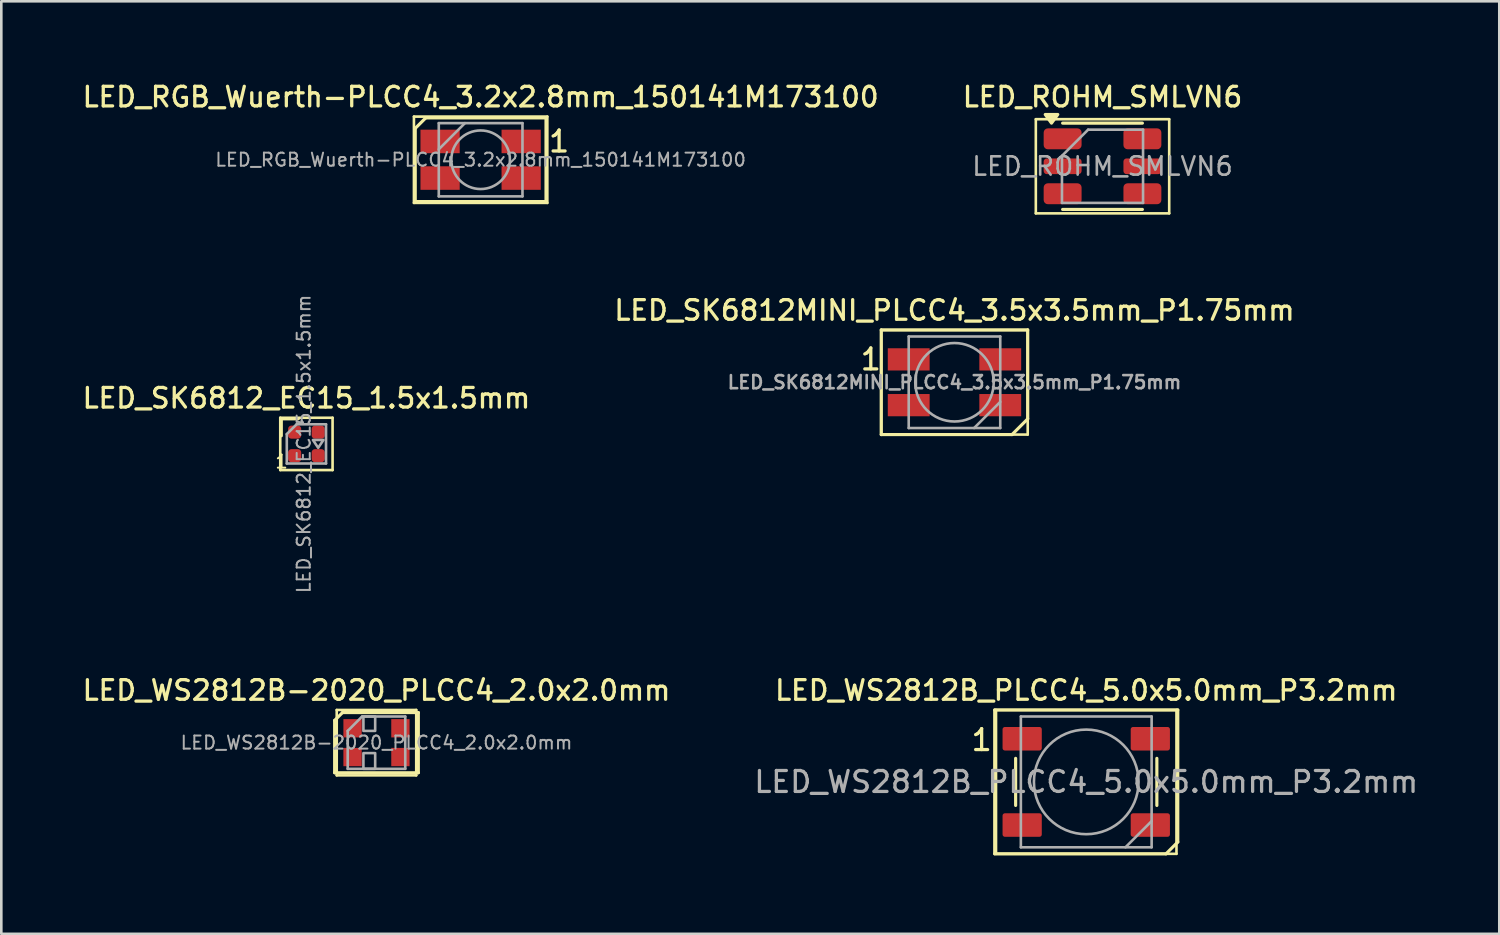
<source format=kicad_pcb>
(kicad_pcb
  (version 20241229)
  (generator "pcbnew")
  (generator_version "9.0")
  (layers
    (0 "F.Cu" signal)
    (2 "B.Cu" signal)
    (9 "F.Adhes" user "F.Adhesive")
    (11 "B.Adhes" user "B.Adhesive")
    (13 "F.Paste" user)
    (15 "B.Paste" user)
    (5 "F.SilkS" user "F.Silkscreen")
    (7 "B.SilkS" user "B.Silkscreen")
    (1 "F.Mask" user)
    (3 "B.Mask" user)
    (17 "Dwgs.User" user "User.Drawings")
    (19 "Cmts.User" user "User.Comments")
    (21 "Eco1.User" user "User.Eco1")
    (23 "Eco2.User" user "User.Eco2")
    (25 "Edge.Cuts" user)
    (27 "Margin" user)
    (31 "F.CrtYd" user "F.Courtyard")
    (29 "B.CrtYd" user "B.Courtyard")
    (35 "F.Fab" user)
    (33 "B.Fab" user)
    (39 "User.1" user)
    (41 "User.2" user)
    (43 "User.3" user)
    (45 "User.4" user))
  (footprint "LED_SK6812_EC15_1.5x1.5mm"
    (layer "F.Cu")
    (at 8.666 13.923)
    (property "Reference" "LED_SK6812_EC15_1.5x1.5mm" (at 0 -1.75 0) (layer "F.SilkS") (effects (font (size 0.75 0.75) (thickness 0.125))))
    (attr smd)
    (fp_line (start -1 -1) (end 1 -1) (stroke (width 0.1) (type solid)) (layer "F.SilkS"))
    (fp_line (start -1 1) (end -1 -1) (stroke (width 0.1) (type solid)) (layer "F.SilkS"))
    (fp_line (start -0.96 -0.96) (end -0.96 -0.31) (stroke (width 0.12) (type solid)) (layer "F.SilkS"))
    (fp_line (start -0.31 -0.96) (end -0.96 -0.96) (stroke (width 0.12) (type solid)) (layer "F.SilkS"))
    (fp_line (start 1 -1) (end 1 1) (stroke (width 0.1) (type solid)) (layer "F.SilkS"))
    (fp_line (start 1 1) (end -1 1) (stroke (width 0.1) (type solid)) (layer "F.SilkS"))
    (fp_line (start -0.75 -0.375) (end -0.375 -0.75) (stroke (width 0.1) (type solid)) (layer "F.Fab"))
    (fp_line (start -0.75 0.75) (end -0.75 -0.375) (stroke (width 0.1) (type solid)) (layer "F.Fab"))
    (fp_line (start -0.375 -0.75) (end 0.75 -0.75) (stroke (width 0.1) (type solid)) (layer "F.Fab"))
    (fp_line (start 0.75 -0.75) (end 0.75 0.75) (stroke (width 0.1) (type solid)) (layer "F.Fab"))
    (fp_line (start 0.75 0.75) (end -0.75 0.75) (stroke (width 0.1) (type solid)) (layer "F.Fab"))
    (fp_poly (pts (xy 0.25 -0.15) (xy 0.45 0.15) (xy 0.65 -0.15)) (stroke (width 0.1) (type solid)) (fill no) (layer "F.Fab"))
    (fp_text user "1" (at -0.95 0.68 0) (unlocked yes) (layer "F.SilkS") (effects (font (size 0.5 0.5) (thickness 0.075))))
    (fp_text user "${REFERENCE}" (at -0.1 0 90) (layer "F.Fab") (effects (font (size 0.5 0.5) (thickness 0.075))))
    (pad "1" smd roundrect (at -0.45 0.45 90) (size 0.5 0.5) (layers "F.Cu" "F.Mask" "F.Paste") (roundrect_rratio 0.25))
    (pad "2" smd roundrect (at 0.45 0.45 90) (size 0.5 0.5) (layers "F.Cu" "F.Mask" "F.Paste") (roundrect_rratio 0.25))
    (pad "3" smd roundrect (at 0.45 -0.45 90) (size 0.5 0.5) (layers "F.Cu" "F.Mask" "F.Paste") (roundrect_rratio 0.25))
    (pad "4" smd roundrect (at -0.45 -0.45 90) (size 0.5 0.5) (layers "F.Cu" "F.Mask" "F.Paste") (roundrect_rratio 0.25)))
  (footprint "LED_RGB_Wuerth-PLCC4_3.2x2.8mm_150141M173100"
    (layer "F.Cu")
    (at 15.327 3.058)
    (property "Reference" "LED_RGB_Wuerth-PLCC4_3.2x2.8mm_150141M173100" (at 0 -2.4 0) (layer "F.SilkS") (effects (font (size 0.75 0.75) (thickness 0.125))))
    (attr smd)
    (fp_line (start -2.55 -1.65) (end -2.55 1.65) (stroke (width 0.1) (type solid)) (layer "F.SilkS"))
    (fp_line (start -2.55 1.65) (end 2.55 1.65) (stroke (width 0.1) (type solid)) (layer "F.SilkS"))
    (fp_line (start -2.5 -1.2) (end -2.1 -1.6) (stroke (width 0.12) (type default)) (layer "F.SilkS"))
    (fp_line (start -2.5 1.6) (end -2.5 -1.2) (stroke (width 0.12) (type solid)) (layer "F.SilkS"))
    (fp_line (start -2.5 1.6) (end 2.5 1.6) (stroke (width 0.12) (type solid)) (layer "F.SilkS"))
    (fp_line (start -2.1 -1.6) (end 2.5 -1.6) (stroke (width 0.12) (type solid)) (layer "F.SilkS"))
    (fp_line (start 2.5 1.6) (end 2.5 -1.6) (stroke (width 0.12) (type solid)) (layer "F.SilkS"))
    (fp_line (start 2.55 -1.65) (end -2.55 -1.65) (stroke (width 0.1) (type solid)) (layer "F.SilkS"))
    (fp_line (start 2.55 1.65) (end 2.55 -1.65) (stroke (width 0.1) (type solid)) (layer "F.SilkS"))
    (fp_line (start -1.6 -1.4) (end -1.6 1.4) (stroke (width 0.1) (type solid)) (layer "F.Fab"))
    (fp_line (start -1.6 1.4) (end 1.6 1.4) (stroke (width 0.1) (type solid)) (layer "F.Fab"))
    (fp_line (start -0.6 -1.4) (end -1.6 -0.4) (stroke (width 0.1) (type solid)) (layer "F.Fab"))
    (fp_line (start 1.6 -1.4) (end -1.6 -1.4) (stroke (width 0.1) (type solid)) (layer "F.Fab"))
    (fp_line (start 1.6 1.4) (end 1.6 -1.4) (stroke (width 0.1) (type solid)) (layer "F.Fab"))
    (fp_circle (center 0 0) (end 1.12 0) (stroke (width 0.1) (type solid)) (fill no) (layer "F.Fab"))
    (fp_text user "1" (at 3 -0.7 0) (unlocked yes) (layer "F.SilkS") (effects (font (size 0.8 0.8) (thickness 0.125))))
    (fp_text user "${REFERENCE}" (at 0 0 0) (layer "F.Fab") (effects (font (size 0.5 0.5) (thickness 0.075))))
    (pad "1" smd rect (at 1.55 -0.7) (size 1.5 0.9) (layers "F.Cu" "F.Mask" "F.Paste"))
    (pad "2" smd rect (at 1.55 0.7) (size 1.5 0.9) (layers "F.Cu" "F.Mask" "F.Paste"))
    (pad "3" smd rect (at -1.55 -0.7) (size 1.5 0.9) (layers "F.Cu" "F.Mask" "F.Paste"))
    (pad "4" smd rect (at -1.55 0.7) (size 1.5 0.9) (layers "F.Cu" "F.Mask" "F.Paste")))
  (footprint "LED_ROHM_SMLVN6"
    (layer "F.Cu")
    (at 39.105 3.308)
    (property "Reference" "LED_ROHM_SMLVN6" (at 0 -2.65 0) (layer "F.SilkS") (effects (font (size 0.75 0.75) (thickness 0.125))))
    (attr smd)
    (fp_line (start -2.55 -1.8) (end -2.55 1.8) (stroke (width 0.1) (type solid)) (layer "F.SilkS"))
    (fp_line (start -2.55 1.8) (end 2.55 1.8) (stroke (width 0.1) (type solid)) (layer "F.SilkS"))
    (fp_line (start -1.525 1.65) (end 1.525 1.65) (stroke (width 0.12) (type solid)) (layer "F.SilkS"))
    (fp_line (start 1.525 -1.65) (end -1.525 -1.65) (stroke (width 0.12) (type solid)) (layer "F.SilkS"))
    (fp_line (start 2.55 -1.8) (end -2.55 -1.8) (stroke (width 0.1) (type solid)) (layer "F.SilkS"))
    (fp_line (start 2.55 1.8) (end 2.55 -1.8) (stroke (width 0.1) (type solid)) (layer "F.SilkS"))
    (fp_poly (pts (xy -1.95 -1.65) (xy -2.19 -1.98) (xy -1.71 -1.98) (xy -1.95 -1.65)) (stroke (width 0.12) (type solid)) (fill yes) (layer "F.SilkS"))
    (fp_line (start -1.55 -0.4) (end -0.55 -1.4) (stroke (width 0.1) (type solid)) (layer "F.Fab"))
    (fp_line (start -1.55 1.4) (end -1.55 -0.4) (stroke (width 0.1) (type solid)) (layer "F.Fab"))
    (fp_line (start -0.55 -1.4) (end 1.55 -1.4) (stroke (width 0.1) (type solid)) (layer "F.Fab"))
    (fp_line (start 1.55 -1.4) (end 1.55 1.4) (stroke (width 0.1) (type solid)) (layer "F.Fab"))
    (fp_line (start 1.55 1.4) (end -1.55 1.4) (stroke (width 0.1) (type solid)) (layer "F.Fab"))
    (fp_text user "${REFERENCE}" (at 0 0 0) (layer "F.Fab") (effects (font (size 0.7 0.7) (thickness 0.1))))
    (pad "1" smd roundrect (at -1.525 -1.05) (size 1.45 0.8) (layers "F.Cu" "F.Mask" "F.Paste") (roundrect_rratio 0.2))
    (pad "2" smd roundrect (at -1.525 0) (size 1.45 0.6) (layers "F.Cu" "F.Mask" "F.Paste") (roundrect_rratio 0.2))
    (pad "3" smd roundrect (at -1.525 1.05) (size 1.45 0.8) (layers "F.Cu" "F.Mask" "F.Paste") (roundrect_rratio 0.2))
    (pad "4" smd roundrect (at 1.525 1.05) (size 1.45 0.8) (layers "F.Cu" "F.Mask" "F.Paste") (roundrect_rratio 0.2))
    (pad "5" smd roundrect (at 1.525 0) (size 1.45 0.6) (layers "F.Cu" "F.Mask" "F.Paste") (roundrect_rratio 0.2))
    (pad "6" smd roundrect (at 1.525 -1.05) (size 1.45 0.8) (layers "F.Cu" "F.Mask" "F.Paste") (roundrect_rratio 0.2)))
  (footprint "LED_SK6812MINI_PLCC4_3.5x3.5mm_P1.75mm"
    (layer "F.Cu")
    (at 33.445 11.566)
    (property "Reference" "LED_SK6812MINI_PLCC4_3.5x3.5mm_P1.75mm" (at 0 -2.75 0) (layer "F.SilkS") (effects (font (size 0.75 0.75) (thickness 0.125))))
    (attr smd)
    (fp_line (start -2.8 -2) (end -2.8 2) (stroke (width 0.1) (type solid)) (layer "F.SilkS"))
    (fp_line (start -2.8 -2) (end -2.8 2) (stroke (width 0.12) (type default)) (layer "F.SilkS"))
    (fp_line (start -2.8 -2) (end 2.8 -2) (stroke (width 0.12) (type solid)) (layer "F.SilkS"))
    (fp_line (start -2.8 2) (end 2.2 2) (stroke (width 0.12) (type solid)) (layer "F.SilkS"))
    (fp_line (start -2.8 2) (end 2.8 2) (stroke (width 0.1) (type solid)) (layer "F.SilkS"))
    (fp_line (start 2.8 -2) (end -2.8 -2) (stroke (width 0.1) (type solid)) (layer "F.SilkS"))
    (fp_line (start 2.8 1.4) (end 2.2 2) (stroke (width 0.12) (type default)) (layer "F.SilkS"))
    (fp_line (start 2.8 1.4) (end 2.8 -2) (stroke (width 0.12) (type solid)) (layer "F.SilkS"))
    (fp_line (start 2.8 2) (end 2.8 -2) (stroke (width 0.1) (type solid)) (layer "F.SilkS"))
    (fp_line (start -1.75 -1.75) (end -1.75 1.75) (stroke (width 0.1) (type solid)) (layer "F.Fab"))
    (fp_line (start -1.75 1.75) (end 1.75 1.75) (stroke (width 0.1) (type solid)) (layer "F.Fab"))
    (fp_line (start 1.75 -1.75) (end -1.75 -1.75) (stroke (width 0.1) (type solid)) (layer "F.Fab"))
    (fp_line (start 1.75 0.75) (end 0.75 1.75) (stroke (width 0.1) (type solid)) (layer "F.Fab"))
    (fp_line (start 1.75 1.75) (end 1.75 -1.75) (stroke (width 0.1) (type solid)) (layer "F.Fab"))
    (fp_circle (center 0 0) (end 0 -1.5) (stroke (width 0.1) (type solid)) (fill no) (layer "F.Fab"))
    (fp_text user "1" (at -3.2 -0.875 0) (unlocked yes) (layer "F.SilkS") (effects (font (size 0.8 0.8) (thickness 0.125))))
    (fp_text user "${REFERENCE}" (at 0 0 0) (layer "F.Fab") (effects (font (size 0.5 0.5) (thickness 0.1))))
    (pad "1" smd rect (at -1.75 -0.875) (size 1.6 0.85) (layers "F.Cu" "F.Mask" "F.Paste"))
    (pad "2" smd rect (at -1.75 0.875) (size 1.6 0.85) (layers "F.Cu" "F.Mask" "F.Paste"))
    (pad "3" smd rect (at 1.75 0.875) (size 1.6 0.85) (layers "F.Cu" "F.Mask" "F.Paste"))
    (pad "4" smd rect (at 1.75 -0.875) (size 1.6 0.85) (layers "F.Cu" "F.Mask" "F.Paste")))
  (footprint "LED_WS2812B_PLCC4_5.0x5.0mm_P3.2mm"
    (layer "F.Cu")
    (at 38.483 26.846)
    (property "Reference" "LED_WS2812B_PLCC4_5.0x5.0mm_P3.2mm" (at 0 -3.5 0) (layer "F.SilkS") (effects (font (size 0.75 0.75) (thickness 0.125))))
    (attr smd)
    (fp_line (start -3.5 -2.75) (end -3.5 2.75) (stroke (width 0.12) (type default)) (layer "F.SilkS"))
    (fp_line (start -3.5 -2.75) (end 3.5 -2.75) (stroke (width 0.12) (type solid)) (layer "F.SilkS"))
    (fp_line (start -3.5 2.75) (end 3.05 2.75) (stroke (width 0.12) (type solid)) (layer "F.SilkS"))
    (fp_line (start -3.45 -2.75) (end -3.45 2.75) (stroke (width 0.1) (type solid)) (layer "F.SilkS"))
    (fp_line (start -3.45 2.75) (end 3.45 2.75) (stroke (width 0.1) (type solid)) (layer "F.SilkS"))
    (fp_line (start -2.7 0.9) (end -2.7 -0.9) (stroke (width 0.12) (type default)) (layer "F.SilkS"))
    (fp_line (start 2.7 0.9) (end 2.7 -0.9) (stroke (width 0.12) (type default)) (layer "F.SilkS"))
    (fp_line (start 3.05 2.75) (end 3.5 2.3) (stroke (width 0.12) (type default)) (layer "F.SilkS"))
    (fp_line (start 3.45 -2.75) (end -3.45 -2.75) (stroke (width 0.1) (type solid)) (layer "F.SilkS"))
    (fp_line (start 3.45 2.75) (end 3.45 -2.75) (stroke (width 0.1) (type solid)) (layer "F.SilkS"))
    (fp_line (start 3.5 2.3) (end 3.5 -2.75) (stroke (width 0.12) (type default)) (layer "F.SilkS"))
    (fp_line (start -2.5 -2.5) (end -2.5 2.5) (stroke (width 0.1) (type solid)) (layer "F.Fab"))
    (fp_line (start -2.5 2.5) (end 2.5 2.5) (stroke (width 0.1) (type solid)) (layer "F.Fab"))
    (fp_line (start 2.5 -2.5) (end -2.5 -2.5) (stroke (width 0.1) (type solid)) (layer "F.Fab"))
    (fp_line (start 2.5 1.5) (end 1.5 2.5) (stroke (width 0.1) (type solid)) (layer "F.Fab"))
    (fp_line (start 2.5 2.5) (end 2.5 -2.5) (stroke (width 0.1) (type solid)) (layer "F.Fab"))
    (fp_circle (center 0 0) (end 0 -2) (stroke (width 0.1) (type solid)) (fill no) (layer "F.Fab"))
    (fp_text user "1" (at -4 -1.6 0) (unlocked yes) (layer "F.SilkS") (effects (font (size 0.8 0.8) (thickness 0.125))))
    (fp_text user "${REFERENCE}" (at 0 0 0) (layer "F.Fab") (effects (font (size 0.8 0.8) (thickness 0.125))))
    (pad "1" smd roundrect (at -2.45 -1.65) (size 1.5 0.9) (layers "F.Cu" "F.Mask" "F.Paste") (roundrect_rratio 0.1))
    (pad "2" smd roundrect (at -2.45 1.65) (size 1.5 0.9) (layers "F.Cu" "F.Mask" "F.Paste") (roundrect_rratio 0.1))
    (pad "3" smd roundrect (at 2.45 1.65) (size 1.5 0.9) (layers "F.Cu" "F.Mask" "F.Paste") (roundrect_rratio 0.1))
    (pad "4" smd roundrect (at 2.45 -1.65) (size 1.5 0.9) (layers "F.Cu" "F.Mask" "F.Paste") (roundrect_rratio 0.1)))
  (footprint "LED_WS2812B-2020_PLCC4_2.0x2.0mm"
    (layer "F.Cu")
    (at 11.345 25.346)
    (property "Reference" "LED_WS2812B-2020_PLCC4_2.0x2.0mm" (at 0 -2 0) (layer "F.SilkS") (effects (font (size 0.75 0.75) (thickness 0.125))))
    (attr smd)
    (fp_line (start -1.6 1.15) (end -1.6 -0.85) (stroke (width 0.12) (type solid)) (layer "F.SilkS"))
    (fp_line (start -1.6 1.15) (end 1.6 1.15) (stroke (width 0.12) (type solid)) (layer "F.SilkS"))
    (fp_line (start -1.52 -1.25) (end -1.52 1.25) (stroke (width 0.1) (type solid)) (layer "F.SilkS"))
    (fp_line (start -1.52 1.25) (end 1.52 1.25) (stroke (width 0.1) (type solid)) (layer "F.SilkS"))
    (fp_line (start -1.3 -1.15) (end -1.6 -0.85) (stroke (width 0.12) (type default)) (layer "F.SilkS"))
    (fp_line (start -1.3 -1.15) (end 1.6 -1.15) (stroke (width 0.12) (type solid)) (layer "F.SilkS"))
    (fp_line (start 1.52 -1.25) (end -1.52 -1.25) (stroke (width 0.1) (type solid)) (layer "F.SilkS"))
    (fp_line (start 1.52 1.25) (end 1.52 -1.25) (stroke (width 0.1) (type solid)) (layer "F.SilkS"))
    (fp_line (start 1.6 -1.15) (end 1.6 1.15) (stroke (width 0.12) (type solid)) (layer "F.SilkS"))
    (fp_line (start -1.1 -0.45) (end -1.1 1) (stroke (width 0.1) (type solid)) (layer "F.Fab"))
    (fp_line (start -1.1 1) (end 1.1 1) (stroke (width 0.1) (type solid)) (layer "F.Fab"))
    (fp_line (start -0.55 -1) (end -1.1 -0.45) (stroke (width 0.1) (type solid)) (layer "F.Fab"))
    (fp_line (start 1.1 -1) (end -0.55 -1) (stroke (width 0.1) (type solid)) (layer "F.Fab"))
    (fp_line (start 1.1 -1) (end 1.1 1) (stroke (width 0.1) (type solid)) (layer "F.Fab"))
    (fp_rect (start -0.5 -1) (end -0.05 -0.45) (stroke (width 0.1) (type solid)) (fill no) (layer "F.Fab"))
    (fp_rect (start -0.5 0.4) (end -0.05 1) (stroke (width 0.1) (type solid)) (fill no) (layer "F.Fab"))
    (fp_text user "${REFERENCE}" (at 0 0 0) (layer "F.Fab") (effects (font (size 0.5 0.5) (thickness 0.075))))
    (pad "1" smd rect (at -0.915 -0.55) (size 0.7 0.7) (layers "F.Cu" "F.Mask" "F.Paste"))
    (pad "2" smd rect (at -0.915 0.55) (size 0.7 0.7) (layers "F.Cu" "F.Mask" "F.Paste"))
    (pad "3" smd rect (at 0.915 0.55) (size 0.7 0.7) (layers "F.Cu" "F.Mask" "F.Paste"))
    (pad "4" smd rect (at 0.915 -0.55) (size 0.7 0.7) (layers "F.Cu" "F.Mask" "F.Paste")))
  (gr_rect
    (start -3 -3)
    (end 54.276 32.656)
    (stroke (width 0.1) (type default))
    (fill no)
    (layer "Edge.Cuts")))
</source>
